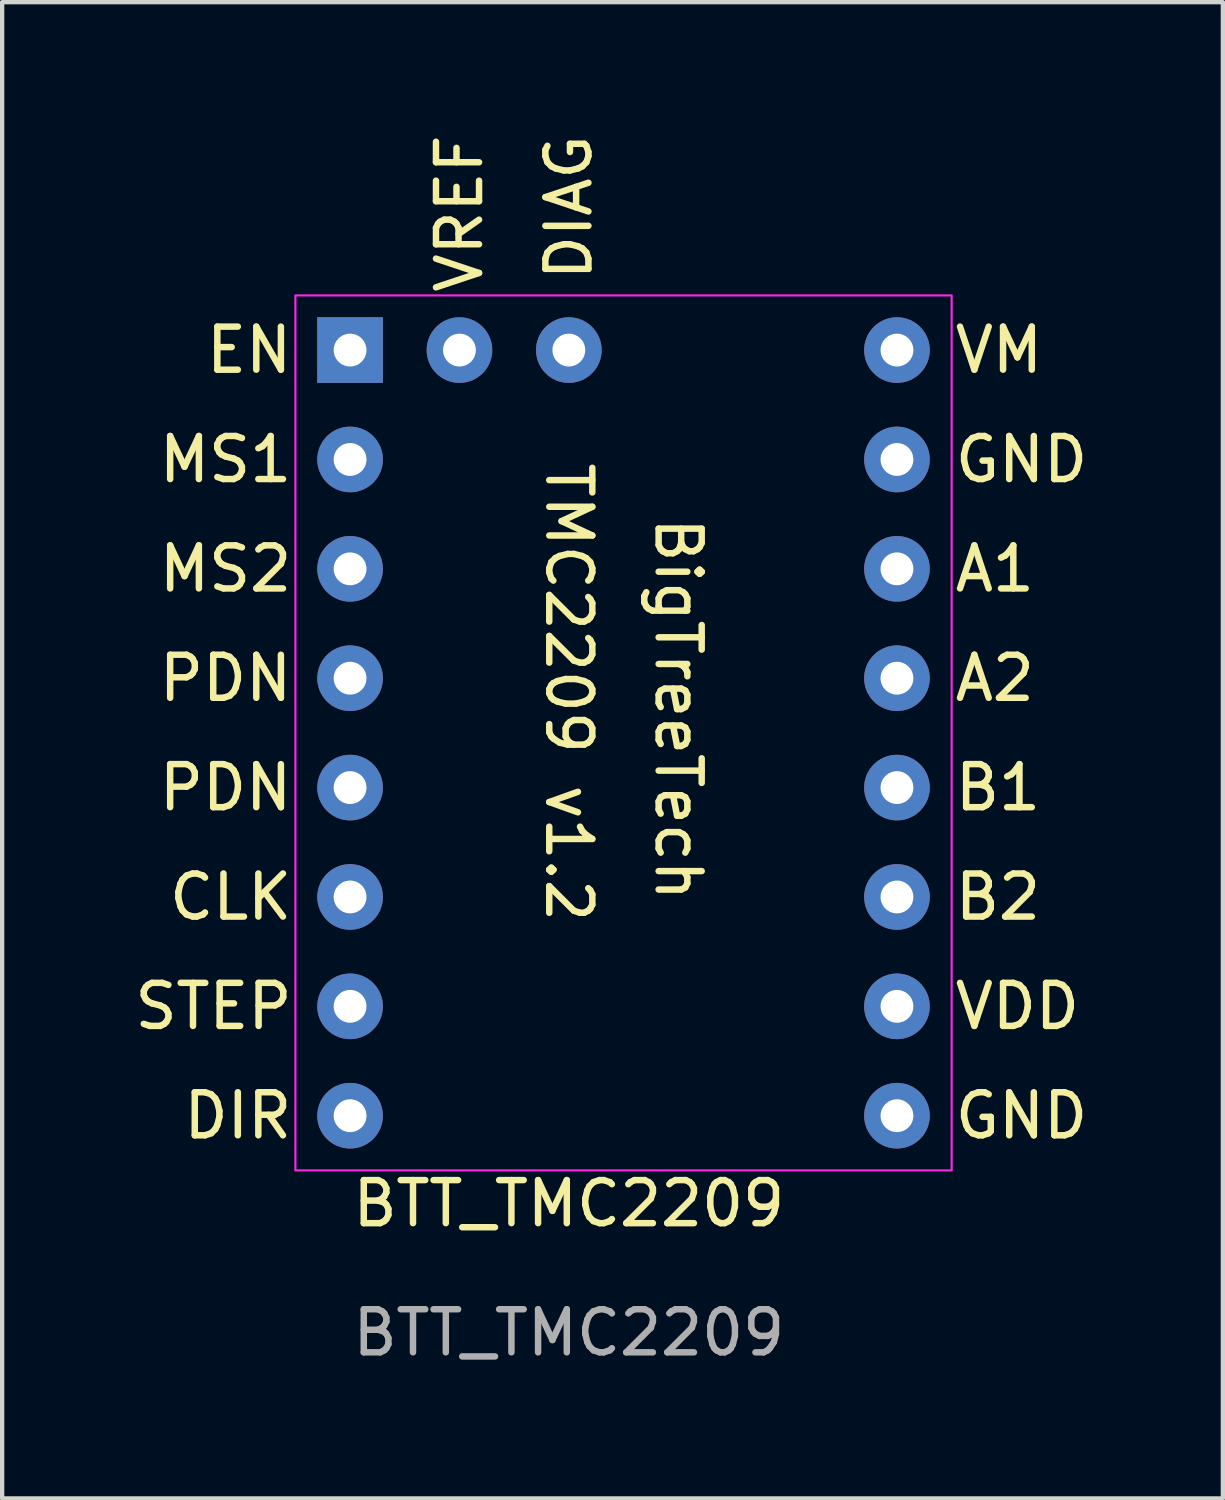
<source format=kicad_pcb>
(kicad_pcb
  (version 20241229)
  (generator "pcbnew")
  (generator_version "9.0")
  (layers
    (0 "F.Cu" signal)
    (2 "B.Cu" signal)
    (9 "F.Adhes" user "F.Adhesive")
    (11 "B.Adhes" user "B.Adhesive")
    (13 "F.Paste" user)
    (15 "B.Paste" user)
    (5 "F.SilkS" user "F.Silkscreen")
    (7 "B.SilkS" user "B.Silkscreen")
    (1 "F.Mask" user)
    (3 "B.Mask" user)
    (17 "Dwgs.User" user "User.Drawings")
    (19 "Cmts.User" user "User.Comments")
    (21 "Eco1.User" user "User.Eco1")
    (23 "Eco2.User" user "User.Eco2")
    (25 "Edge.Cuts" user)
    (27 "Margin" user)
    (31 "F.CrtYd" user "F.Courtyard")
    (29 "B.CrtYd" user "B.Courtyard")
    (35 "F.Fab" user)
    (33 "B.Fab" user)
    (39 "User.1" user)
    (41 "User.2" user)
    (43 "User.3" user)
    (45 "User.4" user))
  (footprint "BTT_TMC2209"
    (layer "F.Cu")
    (at 10.16 25.4)
    (property "Reference" "BTT_TMC2209" (at 0 -0.5 0) (unlocked yes) (layer "F.SilkS") (effects (font (size 1 1) (thickness 0.15))))
    (attr through_hole)
    (fp_rect (start 8.89 -21.59) (end -6.35 -1.27) (stroke (width 0.05) (type solid)) (fill no) (layer "F.CrtYd"))
    (fp_text user "GND" (at 8.89 -17.78 0) (unlocked yes) (layer "F.SilkS") (effects (font (size 1 1) (thickness 0.15)) (justify left)))
    (fp_text user "VDD" (at 8.89 -5.08 0) (unlocked yes) (layer "F.SilkS") (effects (font (size 1 1) (thickness 0.15)) (justify left)))
    (fp_text user "CLK" (at -6.35 -7.62 0) (unlocked yes) (layer "F.SilkS") (effects (font (size 1 1) (thickness 0.15)) (justify right)))
    (fp_text user "TMC2209 v1.2" (at 0 -17.78 270) (unlocked yes) (layer "F.SilkS") (effects (font (size 1 1) (thickness 0.15)) (justify left)))
    (fp_text user "VREF" (at -2.54 -25.4 90) (unlocked yes) (layer "F.SilkS") (effects (font (size 1 1) (thickness 0.15)) (justify right)))
    (fp_text user "PDN" (at -6.35 -12.7 0) (unlocked yes) (layer "F.SilkS") (effects (font (size 1 1) (thickness 0.15)) (justify right)))
    (fp_text user "DIR" (at -6.35 -2.54 0) (unlocked yes) (layer "F.SilkS") (effects (font (size 1 1) (thickness 0.15)) (justify right)))
    (fp_text user "BigTreeTech" (at 2.54 -16.51 270) (unlocked yes) (layer "F.SilkS") (effects (font (size 1 1) (thickness 0.15)) (justify left)))
    (fp_text user "GND" (at 8.89 -2.54 0) (unlocked yes) (layer "F.SilkS") (effects (font (size 1 1) (thickness 0.15)) (justify left)))
    (fp_text user "MS1" (at -6.35 -17.78 0) (unlocked yes) (layer "F.SilkS") (effects (font (size 1 1) (thickness 0.15)) (justify right)))
    (fp_text user "VM" (at 8.89 -20.32 0) (unlocked yes) (layer "F.SilkS") (effects (font (size 1 1) (thickness 0.15)) (justify left)))
    (fp_text user "MS2" (at -6.35 -15.24 0) (unlocked yes) (layer "F.SilkS") (effects (font (size 1 1) (thickness 0.15)) (justify right)))
    (fp_text user "A1" (at 8.89 -15.24 0) (unlocked yes) (layer "F.SilkS") (effects (font (size 1 1) (thickness 0.15)) (justify left)))
    (fp_text user "STEP" (at -10.16 -5.08 0) (unlocked yes) (layer "F.SilkS") (effects (font (size 1 1) (thickness 0.15)) (justify left)))
    (fp_text user "DIAG" (at 0 -25.4 90) (unlocked yes) (layer "F.SilkS") (effects (font (size 1 1) (thickness 0.15)) (justify right)))
    (fp_text user "B1" (at 8.89 -10.16 0) (unlocked yes) (layer "F.SilkS") (effects (font (size 1 1) (thickness 0.15)) (justify left)))
    (fp_text user "EN" (at -6.35 -20.32 0) (unlocked yes) (layer "F.SilkS") (effects (font (size 1 1) (thickness 0.15)) (justify right)))
    (fp_text user "PDN" (at -6.35 -10.16 0) (unlocked yes) (layer "F.SilkS") (effects (font (size 1 1) (thickness 0.15)) (justify right)))
    (fp_text user "A2" (at 8.89 -12.7 0) (unlocked yes) (layer "F.SilkS") (effects (font (size 1 1) (thickness 0.15)) (justify left)))
    (fp_text user "B2" (at 8.89 -7.62 0) (unlocked yes) (layer "F.SilkS") (effects (font (size 1 1) (thickness 0.15)) (justify left)))
    (fp_text user "${REFERENCE}" (at 0 2.5 0) (unlocked yes) (layer "F.Fab") (effects (font (size 1 1) (thickness 0.15))))
    (pad "1" thru_hole rect (at -5.08 -20.32) (size 1.524 1.524) (drill 0.762) (layers "*.Cu" "*.Mask"))
    (pad "2" thru_hole circle (at -5.08 -17.78) (size 1.524 1.524) (drill 0.762) (layers "*.Cu" "*.Mask"))
    (pad "3" thru_hole circle (at -5.08 -15.24) (size 1.524 1.524) (drill 0.762) (layers "*.Cu" "*.Mask"))
    (pad "4" thru_hole circle (at -5.08 -12.7) (size 1.524 1.524) (drill 0.762) (layers "*.Cu" "*.Mask"))
    (pad "5" thru_hole circle (at -5.08 -10.16) (size 1.524 1.524) (drill 0.762) (layers "*.Cu" "*.Mask"))
    (pad "6" thru_hole circle (at -5.08 -7.62) (size 1.524 1.524) (drill 0.762) (layers "*.Cu" "*.Mask"))
    (pad "7" thru_hole circle (at -5.08 -5.08) (size 1.524 1.524) (drill 0.762) (layers "*.Cu" "*.Mask"))
    (pad "8" thru_hole circle (at -5.08 -2.54) (size 1.524 1.524) (drill 0.762) (layers "*.Cu" "*.Mask"))
    (pad "9" thru_hole circle (at 7.62 -2.54) (size 1.524 1.524) (drill 0.762) (layers "*.Cu" "*.Mask"))
    (pad "10" thru_hole circle (at 7.62 -5.08) (size 1.524 1.524) (drill 0.762) (layers "*.Cu" "*.Mask"))
    (pad "11" thru_hole circle (at 7.62 -7.62) (size 1.524 1.524) (drill 0.762) (layers "*.Cu" "*.Mask"))
    (pad "12" thru_hole circle (at 7.62 -10.16) (size 1.524 1.524) (drill 0.762) (layers "*.Cu" "*.Mask"))
    (pad "13" thru_hole circle (at 7.62 -12.7) (size 1.524 1.524) (drill 0.762) (layers "*.Cu" "*.Mask"))
    (pad "14" thru_hole circle (at 7.62 -15.24) (size 1.524 1.524) (drill 0.762) (layers "*.Cu" "*.Mask"))
    (pad "15" thru_hole circle (at 7.62 -17.78) (size 1.524 1.524) (drill 0.762) (layers "*.Cu" "*.Mask"))
    (pad "16" thru_hole circle (at 7.62 -20.32) (size 1.524 1.524) (drill 0.762) (layers "*.Cu" "*.Mask"))
    (pad "17" thru_hole circle (at 0 -20.32) (size 1.524 1.524) (drill 0.762) (layers "*.Cu" "*.Mask"))
    (pad "18" thru_hole circle (at -2.54 -20.32) (size 1.524 1.524) (drill 0.762) (layers "*.Cu" "*.Mask")))
  (gr_rect
    (start -3 -3)
    (end 25.348 31.748)
    (stroke (width 0.1) (type default))
    (fill no)
    (layer "Edge.Cuts")))
</source>
